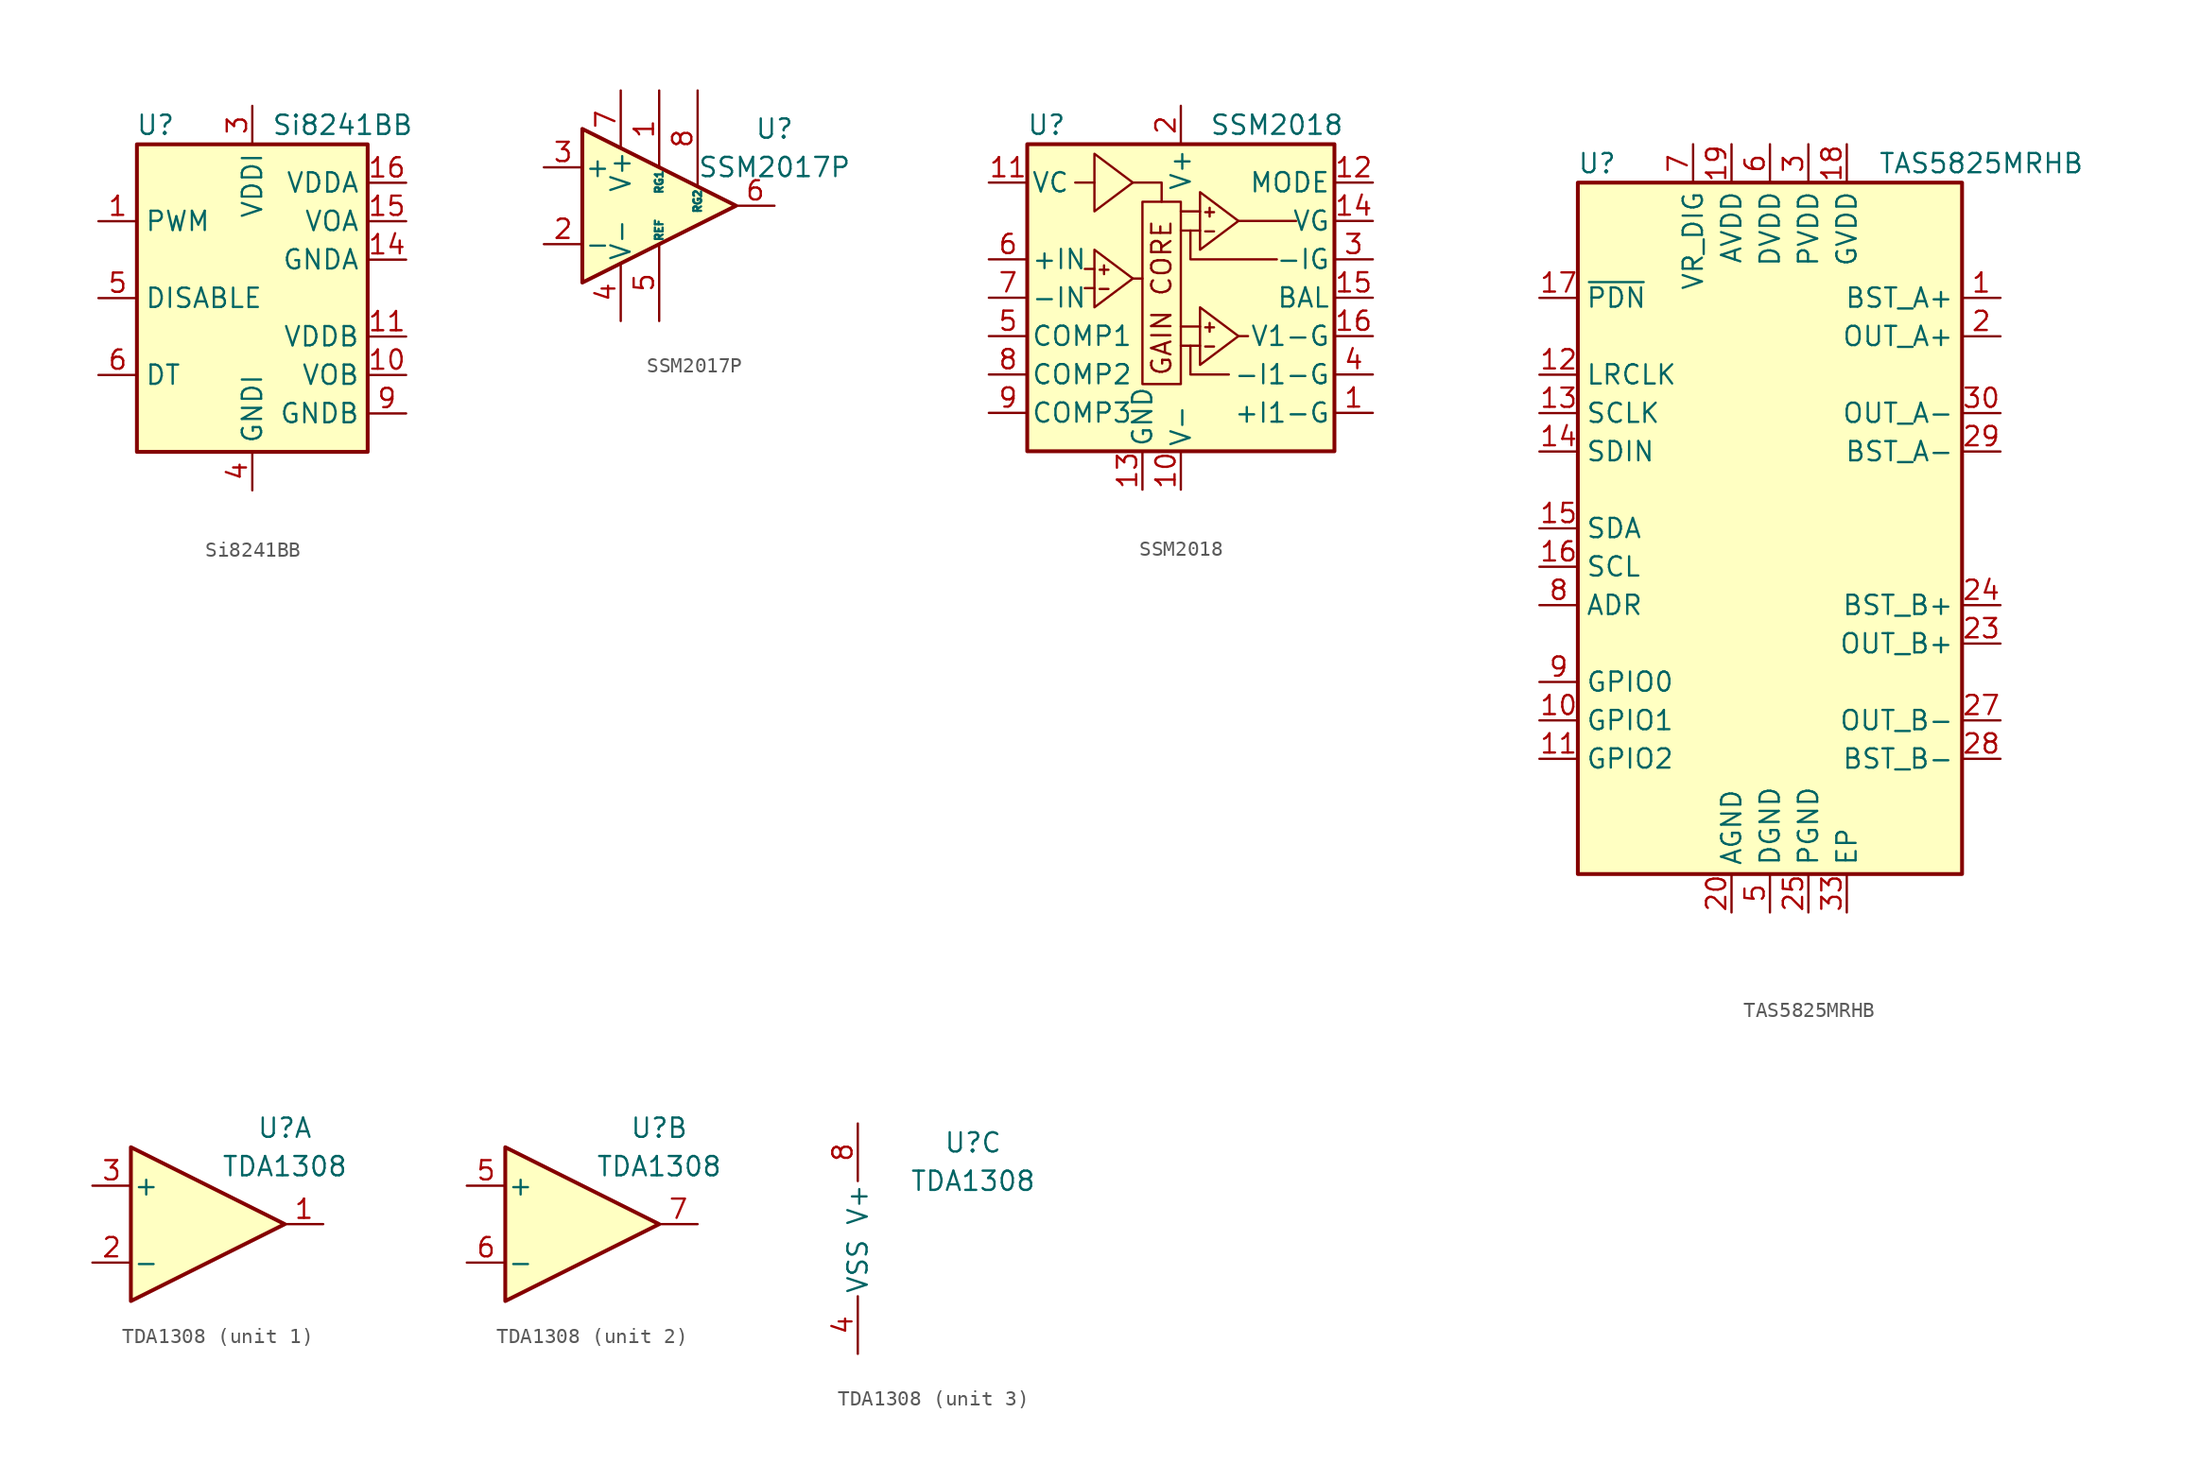
<source format=kicad_sym>
(kicad_symbol_lib
  (version 20220914)
  (generator kicad_symbol_editor)
  (symbol "Si8241BB"
    (property "Reference" "U"
      (at -5.08 11.43 0)
      (effects (font (size 1.27 1.27)) (justify right)))
    (property "Value" "Si8241BB"
      (at 1.27 11.43 0)
      (effects (font (size 1.27 1.27)) (justify left)))
    (symbol "Si8241BB_0_1"
      (rectangle (start -7.62 10.16) (end 7.62 -10.16) (stroke (width 0.254) (type default)) (fill (type background))))
    (symbol "Si8241BB_1_1"
      (pin input line (at -10.16 5.08 0) (length 2.54) (name "PWM" (effects (font (size 1.27 1.27)))) (number "1" (effects (font (size 1.27 1.27)))))
      (pin output line (at 10.16 -5.08 180) (length 2.54) (name "VOB" (effects (font (size 1.27 1.27)))) (number "10" (effects (font (size 1.27 1.27)))))
      (pin power_in line (at 10.16 -2.54 180) (length 2.54) (name "VDDB" (effects (font (size 1.27 1.27)))) (number "11" (effects (font (size 1.27 1.27)))))
      (pin no_connect line (at -7.62 -2.54 0) (length 2.54) hide (name "NC" (effects (font (size 1.27 1.27)))) (number "12" (effects (font (size 1.27 1.27)))))
      (pin no_connect line (at -7.62 -7.62 0) (length 2.54) hide (name "NC" (effects (font (size 1.27 1.27)))) (number "13" (effects (font (size 1.27 1.27)))))
      (pin power_in line (at 10.16 2.54 180) (length 2.54) (name "GNDA" (effects (font (size 1.27 1.27)))) (number "14" (effects (font (size 1.27 1.27)))))
      (pin output line (at 10.16 5.08 180) (length 2.54) (name "VOA" (effects (font (size 1.27 1.27)))) (number "15" (effects (font (size 1.27 1.27)))))
      (pin power_in line (at 10.16 7.62 180) (length 2.54) (name "VDDA" (effects (font (size 1.27 1.27)))) (number "16" (effects (font (size 1.27 1.27)))))
      (pin no_connect line (at -7.62 7.62 0) (length 2.54) hide (name "NC" (effects (font (size 1.27 1.27)))) (number "2" (effects (font (size 1.27 1.27)))))
      (pin power_in line (at 0 12.7 270) (length 2.54) (name "VDDI" (effects (font (size 1.27 1.27)))) (number "3" (effects (font (size 1.27 1.27)))))
      (pin power_in line (at 0 -12.7 90) (length 2.54) (name "GNDI" (effects (font (size 1.27 1.27)))) (number "4" (effects (font (size 1.27 1.27)))))
      (pin input line (at -10.16 0 0) (length 2.54) (name "DISABLE" (effects (font (size 1.27 1.27)))) (number "5" (effects (font (size 1.27 1.27)))))
      (pin passive line (at -10.16 -5.08 0) (length 2.54) (name "DT" (effects (font (size 1.27 1.27)))) (number "6" (effects (font (size 1.27 1.27)))))
      (pin no_connect line (at -7.62 2.54 0) (length 2.54) hide (name "NC" (effects (font (size 1.27 1.27)))) (number "7" (effects (font (size 1.27 1.27)))))
      (pin passive line (at 0 12.7 270) (length 2.54) hide (name "VDDI" (effects (font (size 1.27 1.27)))) (number "8" (effects (font (size 1.27 1.27)))))
      (pin power_in line (at 10.16 -7.62 180) (length 2.54) (name "GNDB" (effects (font (size 1.27 1.27)))) (number "9" (effects (font (size 1.27 1.27)))))))
  (symbol "SSM2017P"
    (pin_names
      (offset 0.127))
    (property "Reference" "U"
      (at 7.62 5.08 0)
      (effects (font (size 1.27 1.27))))
    (property "Value" "SSM2017P"
      (at 7.62 2.54 0)
      (effects (font (size 1.27 1.27))))
    (symbol "SSM2017P_0_1"
      (polyline (pts (xy -5.08 5.08) (xy 5.08 0) (xy -5.08 -5.08) (xy -5.08 5.08)) (stroke (width 0.254) (type default)) (fill (type background))))
    (symbol "SSM2017P_1_1"
      (pin input line (at 0 7.62 270) (length 5.08) (name "RG1" (effects (font (size 0.508 0.508)))) (number "1" (effects (font (size 1.27 1.27)))))
      (pin input line (at -7.62 -2.54 0) (length 2.54) (name "-" (effects (font (size 1.27 1.27)))) (number "2" (effects (font (size 1.27 1.27)))))
      (pin input line (at -7.62 2.54 0) (length 2.54) (name "+" (effects (font (size 1.27 1.27)))) (number "3" (effects (font (size 1.27 1.27)))))
      (pin power_in line (at -2.54 -7.62 90) (length 3.81) (name "V-" (effects (font (size 1.27 1.27)))) (number "4" (effects (font (size 1.27 1.27)))))
      (pin input line (at 0 -7.62 90) (length 5.08) (name "REF" (effects (font (size 0.508 0.508)))) (number "5" (effects (font (size 1.27 1.27)))))
      (pin output line (at 7.62 0 180) (length 2.54) (name "~" (effects (font (size 1.27 1.27)))) (number "6" (effects (font (size 1.27 1.27)))))
      (pin power_in line (at -2.54 7.62 270) (length 3.81) (name "V+" (effects (font (size 1.27 1.27)))) (number "7" (effects (font (size 1.27 1.27)))))
      (pin input line (at 2.54 7.62 270) (length 6.35) (name "RG2" (effects (font (size 0.508 0.508)))) (number "8" (effects (font (size 1.27 1.27)))))))
  (symbol "SSM2018"
    (pin_names
      (offset 0.254))
    (property "Reference" "U"
      (at -8.89 11.43 0)
      (effects (font (size 1.27 1.27))))
    (property "Value" "SSM2018"
      (at 6.35 11.43 0)
      (effects (font (size 1.27 1.27))))
    (symbol "SSM2018_0_0"
      (text "+" (at -5.08 1.905 0) (effects (font (size 0.762 0.762))))
      (text "+" (at 1.905 -1.905 0) (effects (font (size 0.762 0.762))))
      (text "+" (at 1.905 5.715 0) (effects (font (size 0.762 0.762))))
      (text "-" (at -5.08 0.635 0) (effects (font (size 0.762 0.762))))
      (text "-" (at 1.905 -3.175 0) (effects (font (size 0.762 0.762))))
      (text "-" (at 1.905 4.445 0) (effects (font (size 0.762 0.762)))))
    (symbol "SSM2018_0_1"
      (rectangle (start -10.16 10.16) (end 10.16 -10.16) (stroke (width 0.254) (type default)) (fill (type background)))
      (rectangle (start -2.54 6.35) (end 0 -5.715) (stroke (width 0) (type default)) (fill (type none)))
      (polyline (pts (xy -5.715 0.635) (xy -6.35 0.635)) (stroke (width 0) (type default)) (fill (type none)))
      (polyline (pts (xy -5.715 1.905) (xy -6.35 1.905)) (stroke (width 0) (type default)) (fill (type none)))
      (polyline (pts (xy -5.715 7.62) (xy -6.985 7.62)) (stroke (width 0) (type default)) (fill (type none)))
      (polyline (pts (xy -3.175 1.27) (xy -2.54 1.27)) (stroke (width 0) (type default)) (fill (type none)))
      (polyline (pts (xy 0 -1.905) (xy 1.27 -1.905)) (stroke (width 0) (type default)) (fill (type none)))
      (polyline (pts (xy 0 5.715) (xy 1.27 5.715)) (stroke (width 0) (type default)) (fill (type none)))
      (polyline (pts (xy 1.27 -3.175) (xy 0 -3.175)) (stroke (width 0) (type default)) (fill (type none)))
      (polyline (pts (xy 1.27 4.445) (xy 0 4.445)) (stroke (width 0) (type default)) (fill (type none)))
      (polyline (pts (xy 3.81 -2.54) (xy 4.445 -2.54)) (stroke (width 0) (type default)) (fill (type none)))
      (polyline (pts (xy 3.81 5.08) (xy 7.62 5.08)) (stroke (width 0) (type default)) (fill (type none)))
      (polyline (pts (xy -3.175 7.62) (xy -1.27 7.62) (xy -1.27 6.35)) (stroke (width 0) (type default)) (fill (type none)))
      (polyline (pts (xy 0.635 -3.175) (xy 0.635 -5.08) (xy 3.175 -5.08)) (stroke (width 0) (type default)) (fill (type none)))
      (polyline (pts (xy 0.635 4.445) (xy 0.635 2.54) (xy 6.35 2.54)) (stroke (width 0) (type default)) (fill (type none)))
      (polyline (pts (xy -5.715 3.175) (xy -3.175 1.27) (xy -5.715 -0.635) (xy -5.715 3.175)) (stroke (width 0) (type default)) (fill (type none)))
      (polyline (pts (xy -5.715 9.525) (xy -3.175 7.62) (xy -5.715 5.715) (xy -5.715 9.525)) (stroke (width 0) (type default)) (fill (type none)))
      (polyline (pts (xy 1.27 -0.635) (xy 3.81 -2.54) (xy 1.27 -4.445) (xy 1.27 -0.635)) (stroke (width 0) (type default)) (fill (type none)))
      (polyline (pts (xy 1.27 6.985) (xy 3.81 5.08) (xy 1.27 3.175) (xy 1.27 6.985)) (stroke (width 0) (type default)) (fill (type none)))
      (text "GAIN CORE" (at -1.27 0 900) (effects (font (size 1.27 1.27))))
      (pin passive line (at -12.7 -7.62 0) (length 2.54) (name "COMP3" (effects (font (size 1.27 1.27)))) (number "9" (effects (font (size 1.27 1.27))))))
    (symbol "SSM2018_1_1"
      (pin output line (at 12.7 -7.62 180) (length 2.54) (name "+I1-G" (effects (font (size 1.27 1.27)))) (number "1" (effects (font (size 1.27 1.27)))))
      (pin power_in line (at 0 -12.7 90) (length 2.54) (name "V-" (effects (font (size 1.27 1.27)))) (number "10" (effects (font (size 1.27 1.27)))))
      (pin input line (at -12.7 7.62 0) (length 2.54) (name "VC" (effects (font (size 1.27 1.27)))) (number "11" (effects (font (size 1.27 1.27)))))
      (pin input line (at 12.7 7.62 180) (length 2.54) (name "MODE" (effects (font (size 1.27 1.27)))) (number "12" (effects (font (size 1.27 1.27)))))
      (pin power_in line (at -2.54 -12.7 90) (length 2.54) (name "GND" (effects (font (size 1.27 1.27)))) (number "13" (effects (font (size 1.27 1.27)))))
      (pin output line (at 12.7 5.08 180) (length 2.54) (name "VG" (effects (font (size 1.27 1.27)))) (number "14" (effects (font (size 1.27 1.27)))))
      (pin input line (at 12.7 0 180) (length 2.54) (name "BAL" (effects (font (size 1.27 1.27)))) (number "15" (effects (font (size 1.27 1.27)))))
      (pin output line (at 12.7 -2.54 180) (length 2.54) (name "V1-G" (effects (font (size 1.27 1.27)))) (number "16" (effects (font (size 1.27 1.27)))))
      (pin power_in line (at 0 12.7 270) (length 2.54) (name "V+" (effects (font (size 1.27 1.27)))) (number "2" (effects (font (size 1.27 1.27)))))
      (pin output line (at 12.7 2.54 180) (length 2.54) (name "-IG" (effects (font (size 1.27 1.27)))) (number "3" (effects (font (size 1.27 1.27)))))
      (pin output line (at 12.7 -5.08 180) (length 2.54) (name "-I1-G" (effects (font (size 1.27 1.27)))) (number "4" (effects (font (size 1.27 1.27)))))
      (pin passive line (at -12.7 -2.54 0) (length 2.54) (name "COMP1" (effects (font (size 1.27 1.27)))) (number "5" (effects (font (size 1.27 1.27)))))
      (pin input line (at -12.7 2.54 0) (length 2.54) (name "+IN" (effects (font (size 1.27 1.27)))) (number "6" (effects (font (size 1.27 1.27)))))
      (pin input line (at -12.7 0 0) (length 2.54) (name "-IN" (effects (font (size 1.27 1.27)))) (number "7" (effects (font (size 1.27 1.27)))))
      (pin passive line (at -12.7 -5.08 0) (length 2.54) (name "COMP2" (effects (font (size 1.27 1.27)))) (number "8" (effects (font (size 1.27 1.27)))))))
  (symbol "TAS5825MRHB"
    (property "Reference" "U"
      (at -11.43 24.13 0)
      (effects (font (size 1.27 1.27))))
    (property "Value" "TAS5825MRHB"
      (at 13.97 24.13 0)
      (effects (font (size 1.27 1.27))))
    (symbol "TAS5825MRHB_0_1"
      (rectangle (start -12.7 22.86) (end 12.7 -22.86) (stroke (width 0.254) (type default)) (fill (type background))))
    (symbol "TAS5825MRHB_1_1"
      (pin passive line (at 15.24 15.24 180) (length 2.54) (name "BST_A+" (effects (font (size 1.27 1.27)))) (number "1" (effects (font (size 1.27 1.27)))))
      (pin bidirectional line (at -15.24 -12.7 0) (length 2.54) (name "GPIO1" (effects (font (size 1.27 1.27)))) (number "10" (effects (font (size 1.27 1.27)))))
      (pin bidirectional line (at -15.24 -15.24 0) (length 2.54) (name "GPIO2" (effects (font (size 1.27 1.27)))) (number "11" (effects (font (size 1.27 1.27)))))
      (pin input line (at -15.24 10.16 0) (length 2.54) (name "LRCLK" (effects (font (size 1.27 1.27)))) (number "12" (effects (font (size 1.27 1.27)))))
      (pin input line (at -15.24 7.62 0) (length 2.54) (name "SCLK" (effects (font (size 1.27 1.27)))) (number "13" (effects (font (size 1.27 1.27)))))
      (pin input line (at -15.24 5.08 0) (length 2.54) (name "SDIN" (effects (font (size 1.27 1.27)))) (number "14" (effects (font (size 1.27 1.27)))))
      (pin bidirectional line (at -15.24 0 0) (length 2.54) (name "SDA" (effects (font (size 1.27 1.27)))) (number "15" (effects (font (size 1.27 1.27)))))
      (pin input line (at -15.24 -2.54 0) (length 2.54) (name "SCL" (effects (font (size 1.27 1.27)))) (number "16" (effects (font (size 1.27 1.27)))))
      (pin input line (at -15.24 15.24 0) (length 2.54) (name "~{PDN}" (effects (font (size 1.27 1.27)))) (number "17" (effects (font (size 1.27 1.27)))))
      (pin passive line (at 5.08 25.4 270) (length 2.54) (name "GVDD" (effects (font (size 1.27 1.27)))) (number "18" (effects (font (size 1.27 1.27)))))
      (pin passive line (at -2.54 25.4 270) (length 2.54) (name "AVDD" (effects (font (size 1.27 1.27)))) (number "19" (effects (font (size 1.27 1.27)))))
      (pin output line (at 15.24 12.7 180) (length 2.54) (name "OUT_A+" (effects (font (size 1.27 1.27)))) (number "2" (effects (font (size 1.27 1.27)))))
      (pin power_in line (at -2.54 -25.4 90) (length 2.54) (name "AGND" (effects (font (size 1.27 1.27)))) (number "20" (effects (font (size 1.27 1.27)))))
      (pin passive line (at 2.54 25.4 270) (length 2.54) hide (name "PVDD" (effects (font (size 1.27 1.27)))) (number "21" (effects (font (size 1.27 1.27)))))
      (pin passive line (at 2.54 25.4 270) (length 2.54) hide (name "PVDD" (effects (font (size 1.27 1.27)))) (number "22" (effects (font (size 1.27 1.27)))))
      (pin output line (at 15.24 -7.62 180) (length 2.54) (name "OUT_B+" (effects (font (size 1.27 1.27)))) (number "23" (effects (font (size 1.27 1.27)))))
      (pin passive line (at 15.24 -5.08 180) (length 2.54) (name "BST_B+" (effects (font (size 1.27 1.27)))) (number "24" (effects (font (size 1.27 1.27)))))
      (pin power_in line (at 2.54 -25.4 90) (length 2.54) (name "PGND" (effects (font (size 1.27 1.27)))) (number "25" (effects (font (size 1.27 1.27)))))
      (pin passive line (at 2.54 -25.4 90) (length 2.54) hide (name "PGND" (effects (font (size 1.27 1.27)))) (number "26" (effects (font (size 1.27 1.27)))))
      (pin output line (at 15.24 -12.7 180) (length 2.54) (name "OUT_B-" (effects (font (size 1.27 1.27)))) (number "27" (effects (font (size 1.27 1.27)))))
      (pin passive line (at 15.24 -15.24 180) (length 2.54) (name "BST_B-" (effects (font (size 1.27 1.27)))) (number "28" (effects (font (size 1.27 1.27)))))
      (pin passive line (at 15.24 5.08 180) (length 2.54) (name "BST_A-" (effects (font (size 1.27 1.27)))) (number "29" (effects (font (size 1.27 1.27)))))
      (pin power_in line (at 2.54 25.4 270) (length 2.54) (name "PVDD" (effects (font (size 1.27 1.27)))) (number "3" (effects (font (size 1.27 1.27)))))
      (pin output line (at 15.24 7.62 180) (length 2.54) (name "OUT_A-" (effects (font (size 1.27 1.27)))) (number "30" (effects (font (size 1.27 1.27)))))
      (pin passive line (at 2.54 -25.4 90) (length 2.54) hide (name "PGND" (effects (font (size 1.27 1.27)))) (number "31" (effects (font (size 1.27 1.27)))))
      (pin passive line (at 2.54 -25.4 90) (length 2.54) hide (name "PGND" (effects (font (size 1.27 1.27)))) (number "32" (effects (font (size 1.27 1.27)))))
      (pin passive line (at 5.08 -25.4 90) (length 2.54) (name "EP" (effects (font (size 1.27 1.27)))) (number "33" (effects (font (size 1.27 1.27)))))
      (pin passive line (at 2.54 25.4 270) (length 2.54) hide (name "PVDD" (effects (font (size 1.27 1.27)))) (number "4" (effects (font (size 1.27 1.27)))))
      (pin power_in line (at 0 -25.4 90) (length 2.54) (name "DGND" (effects (font (size 1.27 1.27)))) (number "5" (effects (font (size 1.27 1.27)))))
      (pin power_in line (at 0 25.4 270) (length 2.54) (name "DVDD" (effects (font (size 1.27 1.27)))) (number "6" (effects (font (size 1.27 1.27)))))
      (pin passive line (at -5.08 25.4 270) (length 2.54) (name "VR_DIG" (effects (font (size 1.27 1.27)))) (number "7" (effects (font (size 1.27 1.27)))))
      (pin passive line (at -15.24 -5.08 0) (length 2.54) (name "ADR" (effects (font (size 1.27 1.27)))) (number "8" (effects (font (size 1.27 1.27)))))
      (pin bidirectional line (at -15.24 -10.16 0) (length 2.54) (name "GPIO0" (effects (font (size 1.27 1.27)))) (number "9" (effects (font (size 1.27 1.27)))))))
  (symbol "TDA1308"
    (pin_names
      (offset 0.127))
    (property "Reference" "U"
      (at 5.08 6.35 0)
      (effects (font (size 1.27 1.27))))
    (property "Value" "TDA1308"
      (at 5.08 3.81 0)
      (effects (font (size 1.27 1.27))))
    (property "ki_locked" ""
      (at 0 0 0)
      (effects (font (size 1.27 1.27))))
    (symbol "TDA1308_1_1"
      (polyline (pts (xy -5.08 5.08) (xy 5.08 0) (xy -5.08 -5.08) (xy -5.08 5.08)) (stroke (width 0.254) (type default)) (fill (type background)))
      (pin output line (at 7.62 0 180) (length 2.54) (name "~" (effects (font (size 1.27 1.27)))) (number "1" (effects (font (size 1.27 1.27)))))
      (pin input line (at -7.62 -2.54 0) (length 2.54) (name "-" (effects (font (size 1.27 1.27)))) (number "2" (effects (font (size 1.27 1.27)))))
      (pin input line (at -7.62 2.54 0) (length 2.54) (name "+" (effects (font (size 1.27 1.27)))) (number "3" (effects (font (size 1.27 1.27))))))
    (symbol "TDA1308_2_1"
      (polyline (pts (xy -5.08 5.08) (xy 5.08 0) (xy -5.08 -5.08) (xy -5.08 5.08)) (stroke (width 0.254) (type default)) (fill (type background)))
      (pin input line (at -7.62 2.54 0) (length 2.54) (name "+" (effects (font (size 1.27 1.27)))) (number "5" (effects (font (size 1.27 1.27)))))
      (pin input line (at -7.62 -2.54 0) (length 2.54) (name "-" (effects (font (size 1.27 1.27)))) (number "6" (effects (font (size 1.27 1.27)))))
      (pin output line (at 7.62 0 180) (length 2.54) (name "~" (effects (font (size 1.27 1.27)))) (number "7" (effects (font (size 1.27 1.27))))))
    (symbol "TDA1308_3_1"
      (pin power_in line (at -2.54 -7.62 90) (length 3.81) (name "VSS" (effects (font (size 1.27 1.27)))) (number "4" (effects (font (size 1.27 1.27)))))
      (pin power_in line (at -2.54 7.62 270) (length 3.81) (name "V+" (effects (font (size 1.27 1.27)))) (number "8" (effects (font (size 1.27 1.27))))))))
</source>
